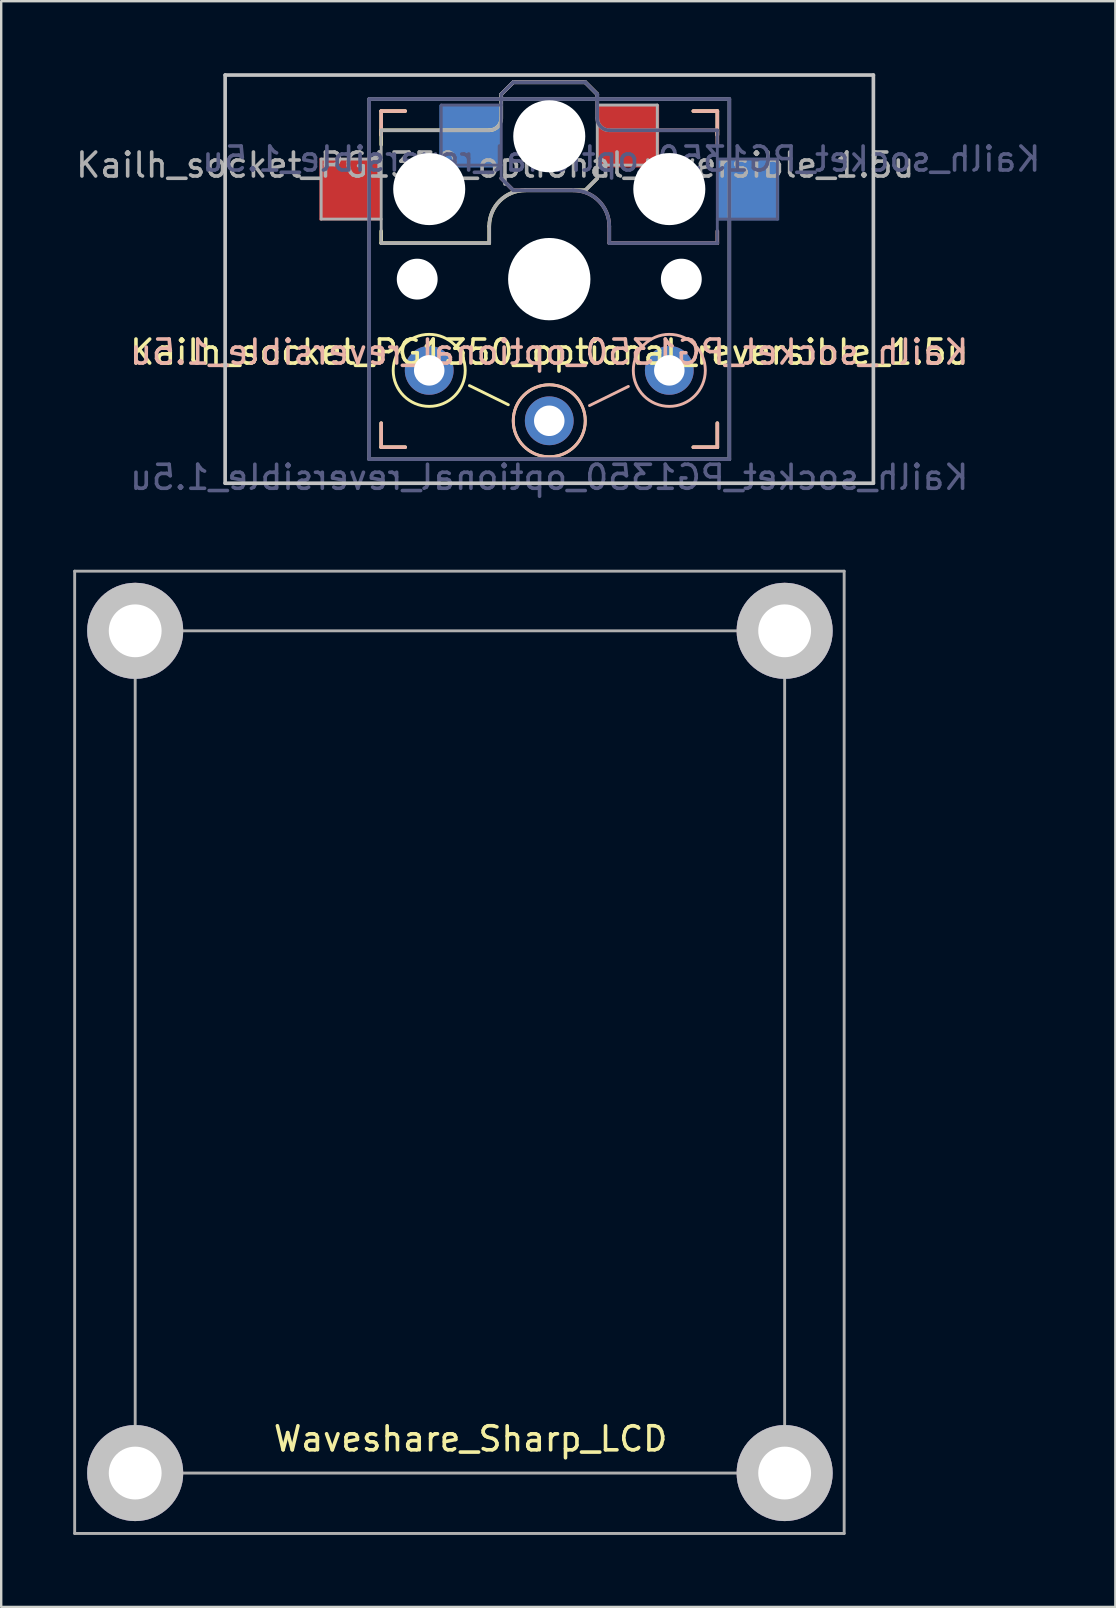
<source format=kicad_pcb>
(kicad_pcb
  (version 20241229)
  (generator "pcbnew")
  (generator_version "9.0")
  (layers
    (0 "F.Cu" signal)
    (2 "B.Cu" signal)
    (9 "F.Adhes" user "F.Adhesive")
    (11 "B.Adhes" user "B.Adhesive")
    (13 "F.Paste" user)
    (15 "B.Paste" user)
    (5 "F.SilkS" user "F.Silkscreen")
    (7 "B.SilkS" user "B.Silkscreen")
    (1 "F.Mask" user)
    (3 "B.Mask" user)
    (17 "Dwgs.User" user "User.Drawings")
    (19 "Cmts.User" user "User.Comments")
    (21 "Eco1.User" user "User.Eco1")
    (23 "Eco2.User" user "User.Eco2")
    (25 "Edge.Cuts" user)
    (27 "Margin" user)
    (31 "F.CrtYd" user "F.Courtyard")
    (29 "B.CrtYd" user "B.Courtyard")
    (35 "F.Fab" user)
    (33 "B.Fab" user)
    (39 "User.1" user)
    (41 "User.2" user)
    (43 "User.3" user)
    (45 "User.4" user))
  (footprint "Kailh_socket_PG1350_optional_reversible_1.5u"
    (layer "F.Cu")
    (at 19.827 8.576)
    (property "Reference" "Kailh_socket_PG1350_optional_reversible_1.5u" (at 0 3.04 0) (layer "F.SilkS") (effects (font (size 1 1) (thickness 0.15))))
    (property "Value" "Kailh_socket_PG1350_optional_reversible_1.5u" (at 0 8.255 0) (layer "F.Fab") (hide yes) (effects (font (size 1 1) (thickness 0.15))))
    (attr through_hole)
    (fp_line (start -7 -7) (end -6 -7) (stroke (width 0.15) (type solid)) (layer "F.SilkS"))
    (fp_line (start -7 -6.2) (end -2.5 -6.2) (stroke (width 0.15) (type solid)) (layer "F.SilkS"))
    (fp_line (start -7 -6) (end -7 -7) (stroke (width 0.15) (type solid)) (layer "F.SilkS"))
    (fp_line (start -7 -5.6) (end -7 -6.2) (stroke (width 0.15) (type solid)) (layer "F.SilkS"))
    (fp_line (start -7 -1.5) (end -7 -2) (stroke (width 0.15) (type solid)) (layer "F.SilkS"))
    (fp_line (start -7 7) (end -7 6) (stroke (width 0.15) (type solid)) (layer "F.SilkS"))
    (fp_line (start -6 7) (end -7 7) (stroke (width 0.15) (type solid)) (layer "F.SilkS"))
    (fp_line (start -3.325 4.434) (end -1.705 5.231) (stroke (width 0.12) (type solid)) (layer "F.SilkS"))
    (fp_line (start -2.5 -2.2) (end -2.5 -1.5) (stroke (width 0.15) (type solid)) (layer "F.SilkS"))
    (fp_line (start -2.5 -1.5) (end -7 -1.5) (stroke (width 0.15) (type solid)) (layer "F.SilkS"))
    (fp_line (start -2 -6.7) (end -2 -7.7) (stroke (width 0.15) (type solid)) (layer "F.SilkS"))
    (fp_line (start -1.5 -8.2) (end -2 -7.7) (stroke (width 0.15) (type solid)) (layer "F.SilkS"))
    (fp_line (start 1.5 -8.2) (end -1.5 -8.2) (stroke (width 0.15) (type solid)) (layer "F.SilkS"))
    (fp_line (start 1.5 -3.7) (end -1 -3.7) (stroke (width 0.15) (type solid)) (layer "F.SilkS"))
    (fp_line (start 2 -7.7) (end 1.5 -8.2) (stroke (width 0.15) (type solid)) (layer "F.SilkS"))
    (fp_line (start 2 -4.2) (end 1.5 -3.7) (stroke (width 0.15) (type solid)) (layer "F.SilkS"))
    (fp_line (start 6 -7) (end 7 -7) (stroke (width 0.15) (type solid)) (layer "F.SilkS"))
    (fp_line (start 7 -7) (end 7 -6) (stroke (width 0.15) (type solid)) (layer "F.SilkS"))
    (fp_line (start 7 6) (end 7 7) (stroke (width 0.15) (type solid)) (layer "F.SilkS"))
    (fp_line (start 7 7) (end 6 7) (stroke (width 0.15) (type solid)) (layer "F.SilkS"))
    (fp_arc (start -2.5 -2.2) (mid -2.06066 -3.26066) (end -1 -3.7) (stroke (width 0.15) (type solid)) (layer "F.SilkS"))
    (fp_arc (start -2 -6.7) (mid -2.146447 -6.346447) (end -2.5 -6.2) (stroke (width 0.15) (type solid)) (layer "F.SilkS"))
    (fp_circle (center -5 3.8) (end -3.5 3.8) (stroke (width 0.12) (type solid)) (fill no) (layer "F.SilkS"))
    (fp_circle (center 0 5.9) (end 1.5 5.9) (stroke (width 0.12) (type solid)) (fill no) (layer "F.SilkS"))
    (fp_line (start -7 -7) (end -6 -7) (stroke (width 0.15) (type solid)) (layer "B.SilkS"))
    (fp_line (start -7 -6) (end -7 -7) (stroke (width 0.15) (type solid)) (layer "B.SilkS"))
    (fp_line (start -7 7) (end -7 6) (stroke (width 0.15) (type solid)) (layer "B.SilkS"))
    (fp_line (start -6 7) (end -7 7) (stroke (width 0.15) (type solid)) (layer "B.SilkS"))
    (fp_line (start -2 -7.7) (end -1.5 -8.2) (stroke (width 0.15) (type solid)) (layer "B.SilkS"))
    (fp_line (start -2 -4.2) (end -1.5 -3.7) (stroke (width 0.15) (type solid)) (layer "B.SilkS"))
    (fp_line (start -1.5 -8.2) (end 1.5 -8.2) (stroke (width 0.15) (type solid)) (layer "B.SilkS"))
    (fp_line (start -1.5 -3.7) (end 1 -3.7) (stroke (width 0.15) (type solid)) (layer "B.SilkS"))
    (fp_line (start 1.5 -8.2) (end 2 -7.7) (stroke (width 0.15) (type solid)) (layer "B.SilkS"))
    (fp_line (start 1.675 5.266) (end 3.295 4.469) (stroke (width 0.12) (type solid)) (layer "B.SilkS"))
    (fp_line (start 2 -6.7) (end 2 -7.7) (stroke (width 0.15) (type solid)) (layer "B.SilkS"))
    (fp_line (start 2.5 -2.2) (end 2.5 -1.5) (stroke (width 0.15) (type solid)) (layer "B.SilkS"))
    (fp_line (start 2.5 -1.5) (end 7 -1.5) (stroke (width 0.15) (type solid)) (layer "B.SilkS"))
    (fp_line (start 6 -7) (end 7 -7) (stroke (width 0.15) (type solid)) (layer "B.SilkS"))
    (fp_line (start 7 -7) (end 7 -6) (stroke (width 0.15) (type solid)) (layer "B.SilkS"))
    (fp_line (start 7 -6.2) (end 2.5 -6.2) (stroke (width 0.15) (type solid)) (layer "B.SilkS"))
    (fp_line (start 7 -5.6) (end 7 -6.2) (stroke (width 0.15) (type solid)) (layer "B.SilkS"))
    (fp_line (start 7 -1.5) (end 7 -2) (stroke (width 0.15) (type solid)) (layer "B.SilkS"))
    (fp_line (start 7 6) (end 7 7) (stroke (width 0.15) (type solid)) (layer "B.SilkS"))
    (fp_line (start 7 7) (end 6 7) (stroke (width 0.15) (type solid)) (layer "B.SilkS"))
    (fp_arc (start 1 -3.7) (mid 2.06066 -3.26066) (end 2.5 -2.2) (stroke (width 0.15) (type solid)) (layer "B.SilkS"))
    (fp_arc (start 2.5 -6.2) (mid 2.146447 -6.346447) (end 2 -6.7) (stroke (width 0.15) (type solid)) (layer "B.SilkS"))
    (fp_circle (center 0 5.9) (end 1.5 5.9) (stroke (width 0.12) (type solid)) (fill no) (layer "B.SilkS"))
    (fp_circle (center 5 3.8) (end 6.5 3.8) (stroke (width 0.12) (type solid)) (fill no) (layer "B.SilkS"))
    (fp_line (start -13.5 -8.5) (end 13.5 -8.5) (stroke (width 0.152) (type solid)) (layer "Dwgs.User"))
    (fp_line (start -13.5 8.5) (end -13.5 -8.5) (stroke (width 0.152) (type solid)) (layer "Dwgs.User"))
    (fp_line (start 13.5 -8.5) (end 13.5 8.5) (stroke (width 0.152) (type solid)) (layer "Dwgs.User"))
    (fp_line (start 13.5 8.5) (end -13.5 8.5) (stroke (width 0.152) (type solid)) (layer "Dwgs.User"))
    (fp_line (start -6.9 6.9) (end -6.9 -6.9) (stroke (width 0.15) (type solid)) (layer "Eco2.User"))
    (fp_line (start -6.9 6.9) (end 6.9 6.9) (stroke (width 0.15) (type solid)) (layer "Eco2.User"))
    (fp_line (start -2.6 -3.1) (end -2.6 -6.3) (stroke (width 0.15) (type solid)) (layer "Eco2.User"))
    (fp_line (start -2.6 -3.1) (end 2.6 -3.1) (stroke (width 0.15) (type solid)) (layer "Eco2.User"))
    (fp_line (start 2.6 -6.3) (end -2.6 -6.3) (stroke (width 0.15) (type solid)) (layer "Eco2.User"))
    (fp_line (start 2.6 -3.1) (end 2.6 -6.3) (stroke (width 0.15) (type solid)) (layer "Eco2.User"))
    (fp_line (start 6.9 -6.9) (end -6.9 -6.9) (stroke (width 0.15) (type solid)) (layer "Eco2.User"))
    (fp_line (start 6.9 -6.9) (end 6.9 6.9) (stroke (width 0.15) (type solid)) (layer "Eco2.User"))
    (fp_line (start -7.5 -7.5) (end 7.5 -7.5) (stroke (width 0.15) (type solid)) (layer "B.Fab"))
    (fp_line (start -7.5 7.5) (end -7.5 -7.5) (stroke (width 0.15) (type solid)) (layer "B.Fab"))
    (fp_line (start -4.5 -7.25) (end -2 -7.25) (stroke (width 0.12) (type solid)) (layer "B.Fab"))
    (fp_line (start -4.5 -4.75) (end -4.5 -7.25) (stroke (width 0.12) (type solid)) (layer "B.Fab"))
    (fp_line (start -2 -7.7) (end -1.5 -8.2) (stroke (width 0.15) (type solid)) (layer "B.Fab"))
    (fp_line (start -2 -4.75) (end -4.5 -4.75) (stroke (width 0.12) (type solid)) (layer "B.Fab"))
    (fp_line (start -2 -4.25) (end -2 -7.7) (stroke (width 0.12) (type solid)) (layer "B.Fab"))
    (fp_line (start -2 -4.2) (end -1.5 -3.7) (stroke (width 0.15) (type solid)) (layer "B.Fab"))
    (fp_line (start -1.5 -8.2) (end 1.5 -8.2) (stroke (width 0.15) (type solid)) (layer "B.Fab"))
    (fp_line (start -1.5 -3.7) (end 1 -3.7) (stroke (width 0.15) (type solid)) (layer "B.Fab"))
    (fp_line (start 1.5 -8.2) (end 2 -7.7) (stroke (width 0.15) (type solid)) (layer "B.Fab"))
    (fp_line (start 2 -6.7) (end 2 -7.7) (stroke (width 0.15) (type solid)) (layer "B.Fab"))
    (fp_line (start 2.5 -2.2) (end 2.5 -1.5) (stroke (width 0.15) (type solid)) (layer "B.Fab"))
    (fp_line (start 2.5 -1.5) (end 7 -1.5) (stroke (width 0.15) (type solid)) (layer "B.Fab"))
    (fp_line (start 7 -6.2) (end 2.5 -6.2) (stroke (width 0.15) (type solid)) (layer "B.Fab"))
    (fp_line (start 7 -5) (end 9.5 -5) (stroke (width 0.12) (type solid)) (layer "B.Fab"))
    (fp_line (start 7 -1.5) (end 7 -6.2) (stroke (width 0.12) (type solid)) (layer "B.Fab"))
    (fp_line (start 7.5 -7.5) (end 7.5 7.5) (stroke (width 0.15) (type solid)) (layer "B.Fab"))
    (fp_line (start 7.5 7.5) (end -7.5 7.5) (stroke (width 0.15) (type solid)) (layer "B.Fab"))
    (fp_line (start 9.5 -5) (end 9.5 -2.5) (stroke (width 0.12) (type solid)) (layer "B.Fab"))
    (fp_line (start 9.5 -2.5) (end 7 -2.5) (stroke (width 0.12) (type solid)) (layer "B.Fab"))
    (fp_arc (start 1 -3.7) (mid 2.06066 -3.26066) (end 2.5 -2.2) (stroke (width 0.15) (type solid)) (layer "B.Fab"))
    (fp_arc (start 2.5 -6.2) (mid 2.146447 -6.346447) (end 2 -6.7) (stroke (width 0.15) (type solid)) (layer "B.Fab"))
    (fp_line (start -9.5 -5) (end -9.5 -2.5) (stroke (width 0.12) (type solid)) (layer "F.Fab"))
    (fp_line (start -9.5 -2.5) (end -7 -2.5) (stroke (width 0.12) (type solid)) (layer "F.Fab"))
    (fp_line (start -7.5 -7.5) (end 7.5 -7.5) (stroke (width 0.15) (type solid)) (layer "F.Fab"))
    (fp_line (start -7.5 7.5) (end -7.5 -7.5) (stroke (width 0.15) (type solid)) (layer "F.Fab"))
    (fp_line (start -7 -6.2) (end -2.5 -6.2) (stroke (width 0.15) (type solid)) (layer "F.Fab"))
    (fp_line (start -7 -5) (end -9.5 -5) (stroke (width 0.12) (type solid)) (layer "F.Fab"))
    (fp_line (start -7 -1.5) (end -7 -6.2) (stroke (width 0.12) (type solid)) (layer "F.Fab"))
    (fp_line (start -2.5 -2.2) (end -2.5 -1.5) (stroke (width 0.15) (type solid)) (layer "F.Fab"))
    (fp_line (start -2.5 -1.5) (end -7 -1.5) (stroke (width 0.15) (type solid)) (layer "F.Fab"))
    (fp_line (start -2 -6.7) (end -2 -7.7) (stroke (width 0.15) (type solid)) (layer "F.Fab"))
    (fp_line (start -1.5 -8.2) (end -2 -7.7) (stroke (width 0.15) (type solid)) (layer "F.Fab"))
    (fp_line (start 1.5 -8.2) (end -1.5 -8.2) (stroke (width 0.15) (type solid)) (layer "F.Fab"))
    (fp_line (start 1.5 -3.7) (end -1 -3.7) (stroke (width 0.15) (type solid)) (layer "F.Fab"))
    (fp_line (start 2 -7.7) (end 1.5 -8.2) (stroke (width 0.15) (type solid)) (layer "F.Fab"))
    (fp_line (start 2 -4.75) (end 4.5 -4.75) (stroke (width 0.12) (type solid)) (layer "F.Fab"))
    (fp_line (start 2 -4.25) (end 2 -7.7) (stroke (width 0.12) (type solid)) (layer "F.Fab"))
    (fp_line (start 2 -4.2) (end 1.5 -3.7) (stroke (width 0.15) (type solid)) (layer "F.Fab"))
    (fp_line (start 4.5 -7.25) (end 2 -7.25) (stroke (width 0.12) (type solid)) (layer "F.Fab"))
    (fp_line (start 4.5 -4.75) (end 4.5 -7.25) (stroke (width 0.12) (type solid)) (layer "F.Fab"))
    (fp_line (start 7.5 -7.5) (end 7.5 7.5) (stroke (width 0.15) (type solid)) (layer "F.Fab"))
    (fp_line (start 7.5 7.5) (end -7.5 7.5) (stroke (width 0.15) (type solid)) (layer "F.Fab"))
    (fp_arc (start -2.5 -2.2) (mid -2.06066 -3.26066) (end -1 -3.7) (stroke (width 0.15) (type solid)) (layer "F.Fab"))
    (fp_arc (start -2 -6.7) (mid -2.146447 -6.346447) (end -2.5 -6.2) (stroke (width 0.15) (type solid)) (layer "F.Fab"))
    (fp_text user "${REFERENCE}" (at 0 3.04 0) (layer "B.SilkS") (effects (font (size 1 1) (thickness 0.15)) (justify mirror)))
    (fp_text user "${VALUE}" (at 0 8.255 0) (layer "B.Fab") (effects (font (size 1 1) (thickness 0.15)) (justify mirror)))
    (fp_text user "${REFERENCE}" (at 3 -5 180) (layer "B.Fab") (effects (font (size 1 1) (thickness 0.15)) (justify mirror)))
    (fp_text user "${REFERENCE}" (at -2.25 -4.75 0) (layer "F.Fab") (effects (font (size 1 1) (thickness 0.15))))
    (pad "" np_thru_hole circle (at -5.5 0) (size 1.702 1.702) (drill 1.702) (layers "*.Cu" "*.Mask"))
    (pad "" np_thru_hole circle (at -5 -3.75) (size 3 3) (drill 3) (layers "*.Cu" "*.Mask"))
    (pad "" np_thru_hole circle (at 0 -5.95) (size 3 3) (drill 3) (layers "*.Cu" "*.Mask"))
    (pad "" np_thru_hole circle (at 0 0) (size 3.429 3.429) (drill 3.429) (layers "*.Cu" "*.Mask"))
    (pad "" np_thru_hole circle (at 5 -3.75) (size 3 3) (drill 3) (layers "*.Cu" "*.Mask"))
    (pad "" np_thru_hole circle (at 5.5 0) (size 1.702 1.702) (drill 1.702) (layers "*.Cu" "*.Mask"))
    (pad "1" smd rect (at -3.275 -5.95) (size 2.6 2.6) (layers "B.Cu" "B.Mask" "B.Paste"))
    (pad "1" thru_hole circle (at 0 5.9) (size 2.032 2.032) (drill 1.27) (layers "*.Cu" "*.Mask"))
    (pad "1" smd rect (at 3.275 -5.95) (size 2.6 2.6) (layers "F.Cu" "F.Mask" "F.Paste"))
    (pad "2" smd rect (at -8.275 -3.75) (size 2.6 2.6) (layers "F.Cu" "F.Mask" "F.Paste"))
    (pad "2" thru_hole circle (at -5 3.8) (size 2.032 2.032) (drill 1.27) (layers "*.Cu" "*.Mask"))
    (pad "2" thru_hole circle (at 5 3.8) (size 2.032 2.032) (drill 1.27) (layers "*.Cu" "*.Mask"))
    (pad "2" smd rect (at 8.275 -3.75) (size 2.6 2.6) (layers "B.Cu" "B.Mask" "B.Paste")))
  (footprint "Waveshare_Sharp_LCD"
    (layer "F.Cu")
    (at 2.581 23.224)
    (property "Reference" "Waveshare_Sharp_LCD" (at 13.97 33.655 0) (layer "F.SilkS") (effects (font (size 1 1) (thickness 0.15))))
    (attr through_hole)
    (fp_line (start -2.521 -2.484) (end -2.521 37.596) (stroke (width 0.12) (type solid)) (layer "F.Fab"))
    (fp_line (start -2.521 -2.484) (end 29.529 -2.484) (stroke (width 0.12) (type solid)) (layer "F.Fab"))
    (fp_line (start -2.521 37.596) (end 29.529 37.596) (stroke (width 0.12) (type solid)) (layer "F.Fab"))
    (fp_line (start 0 0) (end 0 35.08) (stroke (width 0.12) (type solid)) (layer "F.Fab"))
    (fp_line (start 0 0) (end 27.05 0) (stroke (width 0.12) (type solid)) (layer "F.Fab"))
    (fp_line (start 0 35.08) (end 27.05 35.08) (stroke (width 0.12) (type solid)) (layer "F.Fab"))
    (fp_line (start 27.05 0) (end 27.05 35.08) (stroke (width 0.12) (type solid)) (layer "F.Fab"))
    (fp_line (start 29.529 -2.484) (end 29.529 37.596) (stroke (width 0.12) (type solid)) (layer "F.Fab"))
    (pad "" thru_hole circle (at 0 0) (size 4 4) (drill 2.2) (layers "*.Cu" "*.Mask" "Dwgs.User"))
    (pad "" thru_hole circle (at 0 35.08) (size 4 4) (drill 2.2) (layers "*.Cu" "*.Mask" "Dwgs.User"))
    (pad "" thru_hole circle (at 27.05 0) (size 4 4) (drill 2.2) (layers "*.Cu" "*.Mask" "Dwgs.User"))
    (pad "" thru_hole circle (at 27.05 35.08) (size 4 4) (drill 2.2) (layers "*.Cu" "*.Mask" "Dwgs.User")))
  (gr_rect
    (start -3 -3)
    (end 43.405 63.879)
    (stroke (width 0.1) (type default))
    (fill no)
    (layer "Edge.Cuts")))
</source>
